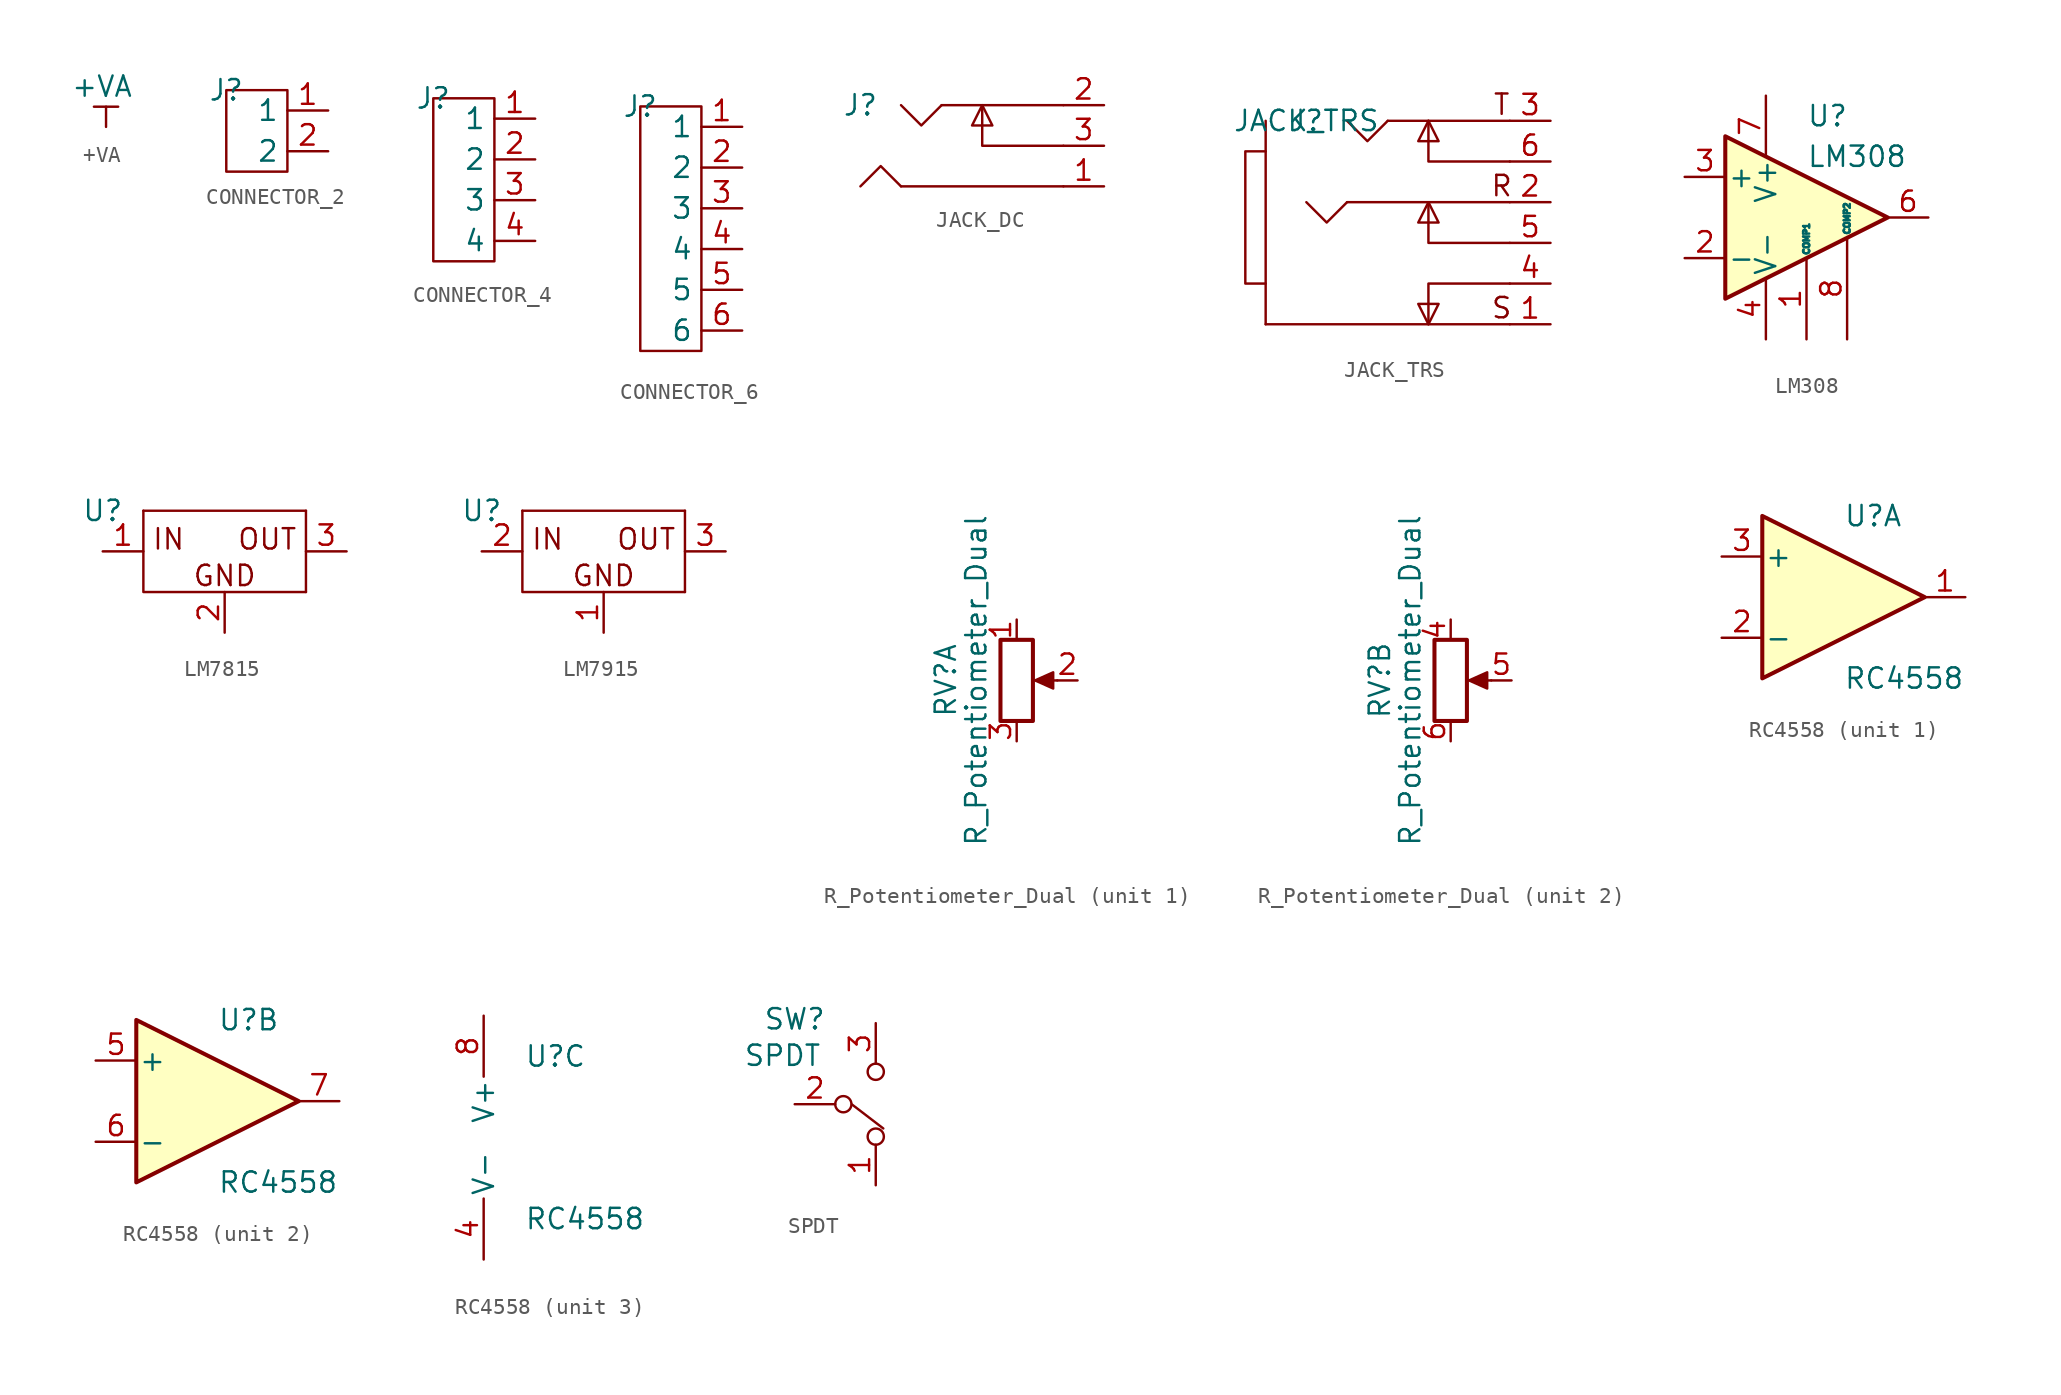
<source format=kicad_sym>
(kicad_symbol_lib
  (version 20241209)
  (generator "kicad_symbol_editor")
  (generator_version "9.0")
  (symbol "+VA"
    (power)
    (pin_numbers
      (hide yes))
    (pin_names
      (offset 0)
      (hide yes))
    (property "Reference" "+VA"
      (at -0.254 2.54 0)
      (effects (font (size 1.27 1.27)) (hide yes)))
    (property "Value" "+VA"
      (at -0.254 2.54 0)
      (effects (font (size 1.27 1.27))))
    (symbol "+VA_0_1"
      (polyline (pts (xy 0 0) (xy 0 1.27)) (stroke (width 0) (type default)) (fill (type none)))
      (polyline (pts (xy 0.762 1.27) (xy -0.762 1.27) (xy 0 1.27) (xy 0.762 1.27)) (stroke (width 0) (type default)) (fill (type outline))))
    (symbol "+VA_1_1"
      (pin power_in line (at 0 0 90) (length 0) (hide yes) (name "~" (effects (font (size 1.27 1.27)))) (number "1" (effects (font (size 1.27 1.27)))))))
  (symbol "CONNECTOR_2"
    (property "Reference" "J"
      (at 0 0 0)
      (effects (font (size 1.27 1.27))))
    (property "Value" ""
      (at 0 0 0)
      (effects (font (size 1.27 1.27))))
    (symbol "CONNECTOR_2_0_1"
      (rectangle (start 0 0) (end 3.81 -5.08) (stroke (width 0) (type default)) (fill (type none))))
    (symbol "CONNECTOR_2_1_1"
      (pin passive line (at 6.35 -1.27 180) (length 2.54) (name "1" (effects (font (size 1.27 1.27)))) (number "1" (effects (font (size 1.27 1.27)))))
      (pin passive line (at 6.35 -3.81 180) (length 2.54) (name "2" (effects (font (size 1.27 1.27)))) (number "2" (effects (font (size 1.27 1.27)))))))
  (symbol "CONNECTOR_4"
    (property "Reference" "J"
      (at 0 0 0)
      (effects (font (size 1.27 1.27))))
    (property "Value" ""
      (at 0 0 0)
      (effects (font (size 1.27 1.27))))
    (symbol "CONNECTOR_4_0_1"
      (rectangle (start 0 0) (end 3.81 -10.16) (stroke (width 0) (type default)) (fill (type none))))
    (symbol "CONNECTOR_4_1_1"
      (pin passive line (at 6.35 -1.27 180) (length 2.54) (name "1" (effects (font (size 1.27 1.27)))) (number "1" (effects (font (size 1.27 1.27)))))
      (pin passive line (at 6.35 -3.81 180) (length 2.54) (name "2" (effects (font (size 1.27 1.27)))) (number "2" (effects (font (size 1.27 1.27)))))
      (pin passive line (at 6.35 -6.35 180) (length 2.54) (name "3" (effects (font (size 1.27 1.27)))) (number "3" (effects (font (size 1.27 1.27)))))
      (pin passive line (at 6.35 -8.89 180) (length 2.54) (name "4" (effects (font (size 1.27 1.27)))) (number "4" (effects (font (size 1.27 1.27)))))))
  (symbol "CONNECTOR_6"
    (property "Reference" "J"
      (at 0 0 0)
      (effects (font (size 1.27 1.27))))
    (property "Value" ""
      (at 0 0 0)
      (effects (font (size 1.27 1.27))))
    (symbol "CONNECTOR_6_0_1"
      (rectangle (start 0 0) (end 3.81 -15.24) (stroke (width 0) (type default)) (fill (type none))))
    (symbol "CONNECTOR_6_1_1"
      (pin passive line (at 6.35 -1.27 180) (length 2.54) (name "1" (effects (font (size 1.27 1.27)))) (number "1" (effects (font (size 1.27 1.27)))))
      (pin passive line (at 6.35 -3.81 180) (length 2.54) (name "2" (effects (font (size 1.27 1.27)))) (number "2" (effects (font (size 1.27 1.27)))))
      (pin passive line (at 6.35 -6.35 180) (length 2.54) (name "3" (effects (font (size 1.27 1.27)))) (number "3" (effects (font (size 1.27 1.27)))))
      (pin passive line (at 6.35 -8.89 180) (length 2.54) (name "4" (effects (font (size 1.27 1.27)))) (number "4" (effects (font (size 1.27 1.27)))))
      (pin passive line (at 6.35 -11.43 180) (length 2.54) (name "5" (effects (font (size 1.27 1.27)))) (number "5" (effects (font (size 1.27 1.27)))))
      (pin passive line (at 6.35 -13.97 180) (length 2.54) (name "6" (effects (font (size 1.27 1.27)))) (number "6" (effects (font (size 1.27 1.27)))))))
  (symbol "JACK_DC"
    (pin_names
      (hide yes))
    (property "Reference" "J"
      (at 0 0 0)
      (effects (font (size 1.27 1.27))))
    (property "Value" ""
      (at 0 0 0)
      (effects (font (size 1.27 1.27))))
    (symbol "JACK_DC_0_1"
      (polyline (pts (xy 2.54 -5.08) (xy 1.27 -3.81) (xy 0 -5.08)) (stroke (width 0) (type default)) (fill (type none)))
      (polyline (pts (xy 5.08 0) (xy 3.81 -1.27) (xy 2.54 0)) (stroke (width 0) (type default)) (fill (type none)))
      (polyline (pts (xy 7.62 0) (xy 7.62 -2.54) (xy 12.7 -2.54)) (stroke (width 0) (type default)) (fill (type none)))
      (polyline (pts (xy 7.62 0) (xy 6.985 -1.27) (xy 8.255 -1.27) (xy 7.62 0)) (stroke (width 0) (type default)) (fill (type none)))
      (polyline (pts (xy 12.7 0) (xy 5.08 0)) (stroke (width 0) (type default)) (fill (type none)))
      (polyline (pts (xy 12.7 -5.08) (xy 2.54 -5.08)) (stroke (width 0) (type default)) (fill (type none))))
    (symbol "JACK_DC_1_1"
      (pin passive line (at 15.24 0 180) (length 2.54) (name "2" (effects (font (size 1.27 1.27)))) (number "2" (effects (font (size 1.27 1.27)))))
      (pin passive line (at 15.24 -2.54 180) (length 2.54) (name "3" (effects (font (size 1.27 1.27)))) (number "3" (effects (font (size 1.27 1.27)))))
      (pin passive line (at 15.24 -5.08 180) (length 2.54) (name "1" (effects (font (size 1.27 1.27)))) (number "1" (effects (font (size 1.27 1.27)))))))
  (symbol "JACK_TRS"
    (pin_names
      (hide yes))
    (property "Reference" "J"
      (at -15.24 0 0)
      (effects (font (size 1.27 1.27))))
    (property "Value" "JACK_TRS"
      (at -15.24 0 0)
      (effects (font (size 1.27 1.27))))
    (symbol "JACK_TRS_0_1"
      (polyline (pts (xy -17.78 -1.905) (xy -19.05 -1.905) (xy -19.05 -10.16) (xy -17.78 -10.16)) (stroke (width 0) (type default)) (fill (type none)))
      (polyline (pts (xy -17.78 -12.7) (xy -17.78 0)) (stroke (width 0) (type default)) (fill (type none)))
      (polyline (pts (xy -12.7 -5.08) (xy -13.97 -6.35) (xy -15.24 -5.08)) (stroke (width 0) (type default)) (fill (type none)))
      (polyline (pts (xy -10.16 0) (xy -11.43 -1.27) (xy -12.7 0)) (stroke (width 0) (type default)) (fill (type none)))
      (polyline (pts (xy -7.62 0) (xy -7.62 -2.54) (xy -2.54 -2.54)) (stroke (width 0) (type default)) (fill (type none)))
      (polyline (pts (xy -7.62 0) (xy -8.255 -1.27) (xy -6.985 -1.27) (xy -7.62 0)) (stroke (width 0) (type default)) (fill (type none)))
      (polyline (pts (xy -7.62 -5.08) (xy -7.62 -7.62) (xy -2.54 -7.62)) (stroke (width 0) (type default)) (fill (type none)))
      (polyline (pts (xy -7.62 -5.08) (xy -8.255 -6.35) (xy -6.985 -6.35) (xy -7.62 -5.08)) (stroke (width 0) (type default)) (fill (type none)))
      (polyline (pts (xy -7.62 -12.7) (xy -7.62 -10.16) (xy -2.54 -10.16)) (stroke (width 0) (type default)) (fill (type none)))
      (polyline (pts (xy -7.62 -12.7) (xy -8.255 -11.43) (xy -6.985 -11.43) (xy -7.62 -12.7)) (stroke (width 0) (type default)) (fill (type none)))
      (polyline (pts (xy -2.54 0) (xy -10.16 0)) (stroke (width 0) (type default)) (fill (type none)))
      (polyline (pts (xy -2.54 -5.08) (xy -12.7 -5.08)) (stroke (width 0) (type default)) (fill (type none)))
      (polyline (pts (xy -2.54 -12.7) (xy -17.78 -12.7)) (stroke (width 0) (type default)) (fill (type none))))
    (symbol "JACK_TRS_1_1"
      (text "T" (at -3.048 1.016 0) (effects (font (size 1.27 1.27))))
      (text "R" (at -3.048 -4.064 0) (effects (font (size 1.27 1.27))))
      (text "S" (at -3.048 -11.684 0) (effects (font (size 1.27 1.27))))
      (pin passive line (at 0 0 180) (length 2.54) (name "3" (effects (font (size 1.27 1.27)))) (number "3" (effects (font (size 1.27 1.27)))))
      (pin passive line (at 0 -2.54 180) (length 2.54) (name "6" (effects (font (size 1.27 1.27)))) (number "6" (effects (font (size 1.27 1.27)))))
      (pin passive line (at 0 -5.08 180) (length 2.54) (name "2" (effects (font (size 1.27 1.27)))) (number "2" (effects (font (size 1.27 1.27)))))
      (pin passive line (at 0 -7.62 180) (length 2.54) (name "5" (effects (font (size 1.27 1.27)))) (number "5" (effects (font (size 1.27 1.27)))))
      (pin passive line (at 0 -10.16 180) (length 2.54) (name "4" (effects (font (size 1.27 1.27)))) (number "4" (effects (font (size 1.27 1.27)))))
      (pin passive line (at 0 -12.7 180) (length 2.54) (name "1" (effects (font (size 1.27 1.27)))) (number "1" (effects (font (size 1.27 1.27)))))))
  (symbol "LM308"
    (pin_names
      (offset 0.127))
    (property "Reference" "U"
      (at 0 6.35 0)
      (effects (font (size 1.27 1.27)) (justify left)))
    (property "Value" "LM308"
      (at 0 3.81 0)
      (effects (font (size 1.27 1.27)) (justify left)))
    (symbol "LM308_0_1"
      (polyline (pts (xy -5.08 5.08) (xy 5.08 0) (xy -5.08 -5.08) (xy -5.08 5.08)) (stroke (width 0.254) (type default)) (fill (type background))))
    (symbol "LM308_1_1"
      (pin input line (at -7.62 2.54 0) (length 2.54) (name "+" (effects (font (size 1.27 1.27)))) (number "3" (effects (font (size 1.27 1.27)))))
      (pin input line (at -7.62 -2.54 0) (length 2.54) (name "-" (effects (font (size 1.27 1.27)))) (number "2" (effects (font (size 1.27 1.27)))))
      (pin power_in line (at -2.54 7.62 270) (length 3.81) (name "V+" (effects (font (size 1.27 1.27)))) (number "7" (effects (font (size 1.27 1.27)))))
      (pin power_in line (at -2.54 -7.62 90) (length 3.81) (name "V-" (effects (font (size 1.27 1.27)))) (number "4" (effects (font (size 1.27 1.27)))))
      (pin no_connect line (at 0 2.54 270) (length 2.54) (hide yes) (name "NC" (effects (font (size 1.27 1.27)))) (number "5" (effects (font (size 1.27 1.27)))))
      (pin input line (at 0 -7.62 90) (length 5.08) (name "COMP1" (effects (font (size 0.381 0.381)))) (number "1" (effects (font (size 1.27 1.27)))))
      (pin input line (at 2.54 -7.62 90) (length 6.35) (name "COMP2" (effects (font (size 0.381 0.381)))) (number "8" (effects (font (size 1.27 1.27)))))
      (pin output line (at 7.62 0 180) (length 2.54) (name "~" (effects (font (size 1.27 1.27)))) (number "6" (effects (font (size 1.27 1.27)))))))
  (symbol "LM7815"
    (pin_names
      (hide yes))
    (property "Reference" "U"
      (at 0 0 0)
      (effects (font (size 1.27 1.27))))
    (property "Value" ""
      (at 0 0 0)
      (effects (font (size 1.27 1.27))))
    (symbol "LM7815_0_1"
      (polyline (pts (xy 2.54 0) (xy 2.54 -5.08) (xy 12.7 -5.08)) (stroke (width 0) (type default)) (fill (type none)))
      (polyline (pts (xy 12.7 0) (xy 2.54 0)) (stroke (width 0) (type default)) (fill (type none)))
      (polyline (pts (xy 12.7 -5.08) (xy 12.7 0)) (stroke (width 0) (type default)) (fill (type none))))
    (symbol "LM7815_1_1"
      (text "IN" (at 3.048 -1.778 0) (effects (font (size 1.27 1.27)) (justify left)))
      (text "GND" (at 7.62 -4.064 0) (effects (font (size 1.27 1.27))))
      (text "OUT" (at 12.192 -1.778 0) (effects (font (size 1.27 1.27)) (justify right)))
      (pin passive line (at 0 -2.54 0) (length 2.54) (name "IN" (effects (font (size 1.27 1.27)))) (number "1" (effects (font (size 1.27 1.27)))))
      (pin passive line (at 7.62 -7.62 90) (length 2.54) (name "GND" (effects (font (size 1.27 1.27)))) (number "2" (effects (font (size 1.27 1.27)))))
      (pin power_out line (at 15.24 -2.54 180) (length 2.54) (name "OUT" (effects (font (size 1.27 1.27)))) (number "3" (effects (font (size 1.27 1.27)))))))
  (symbol "LM7915"
    (pin_names
      (hide yes))
    (property "Reference" "U"
      (at 0 0 0)
      (effects (font (size 1.27 1.27))))
    (property "Value" ""
      (at 0 0 0)
      (effects (font (size 1.27 1.27))))
    (symbol "LM7915_0_1"
      (polyline (pts (xy 2.54 0) (xy 2.54 -5.08) (xy 12.7 -5.08)) (stroke (width 0) (type default)) (fill (type none)))
      (polyline (pts (xy 12.7 0) (xy 2.54 0)) (stroke (width 0) (type default)) (fill (type none)))
      (polyline (pts (xy 12.7 -5.08) (xy 12.7 0)) (stroke (width 0) (type default)) (fill (type none))))
    (symbol "LM7915_1_1"
      (text "IN" (at 3.048 -1.778 0) (effects (font (size 1.27 1.27)) (justify left)))
      (text "GND" (at 7.62 -4.064 0) (effects (font (size 1.27 1.27))))
      (text "OUT" (at 12.192 -1.778 0) (effects (font (size 1.27 1.27)) (justify right)))
      (pin passive line (at 0 -2.54 0) (length 2.54) (name "GND" (effects (font (size 1.27 1.27)))) (number "2" (effects (font (size 1.27 1.27)))))
      (pin passive line (at 7.62 -7.62 90) (length 2.54) (name "IN" (effects (font (size 1.27 1.27)))) (number "1" (effects (font (size 1.27 1.27)))))
      (pin power_out line (at 15.24 -2.54 180) (length 2.54) (name "OUT" (effects (font (size 1.27 1.27)))) (number "3" (effects (font (size 1.27 1.27)))))))
  (symbol "R_Potentiometer_Dual"
    (pin_names
      (offset 1.016)
      (hide yes))
    (property "Reference" "RV"
      (at -4.445 0 90)
      (effects (font (size 1.27 1.27))))
    (property "Value" "R_Potentiometer_Dual"
      (at -2.54 0 90)
      (effects (font (size 1.27 1.27))))
    (symbol "R_Potentiometer_Dual_0_1"
      (rectangle (start 1.016 2.54) (end -1.016 -2.54) (stroke (width 0.254) (type default)) (fill (type none)))
      (polyline (pts (xy 1.143 0) (xy 2.286 0.508) (xy 2.286 -0.508) (xy 1.143 0)) (stroke (width 0) (type default)) (fill (type outline)))
      (polyline (pts (xy 2.54 0) (xy 1.524 0)) (stroke (width 0) (type default)) (fill (type none))))
    (symbol "R_Potentiometer_Dual_1_1"
      (pin passive line (at 0 3.81 270) (length 1.27) (name "1" (effects (font (size 1.27 1.27)))) (number "1" (effects (font (size 1.27 1.27)))))
      (pin passive line (at 0 -3.81 90) (length 1.27) (name "3" (effects (font (size 1.27 1.27)))) (number "3" (effects (font (size 1.27 1.27)))))
      (pin passive line (at 3.81 0 180) (length 1.27) (name "2" (effects (font (size 1.27 1.27)))) (number "2" (effects (font (size 1.27 1.27))))))
    (symbol "R_Potentiometer_Dual_2_1"
      (pin passive line (at 0 3.81 270) (length 1.27) (name "4" (effects (font (size 1.27 1.27)))) (number "4" (effects (font (size 1.27 1.27)))))
      (pin passive line (at 0 -3.81 90) (length 1.27) (name "6" (effects (font (size 1.27 1.27)))) (number "6" (effects (font (size 1.27 1.27)))))
      (pin passive line (at 3.81 0 180) (length 1.27) (name "5" (effects (font (size 1.27 1.27)))) (number "5" (effects (font (size 1.27 1.27)))))))
  (symbol "RC4558"
    (pin_names
      (offset 0.127))
    (property "Reference" "U"
      (at 0 5.08 0)
      (effects (font (size 1.27 1.27)) (justify left)))
    (property "Value" "RC4558"
      (at 0 -5.08 0)
      (effects (font (size 1.27 1.27)) (justify left)))
    (property "ki_locked" ""
      (at 0 0 0)
      (effects (font (size 1.27 1.27))))
    (symbol "RC4558_1_1"
      (polyline (pts (xy -5.08 5.08) (xy 5.08 0) (xy -5.08 -5.08) (xy -5.08 5.08)) (stroke (width 0.254) (type default)) (fill (type background)))
      (pin input line (at -7.62 2.54 0) (length 2.54) (name "+" (effects (font (size 1.27 1.27)))) (number "3" (effects (font (size 1.27 1.27)))))
      (pin input line (at -7.62 -2.54 0) (length 2.54) (name "-" (effects (font (size 1.27 1.27)))) (number "2" (effects (font (size 1.27 1.27)))))
      (pin output line (at 7.62 0 180) (length 2.54) (name "~" (effects (font (size 1.27 1.27)))) (number "1" (effects (font (size 1.27 1.27))))))
    (symbol "RC4558_2_1"
      (polyline (pts (xy -5.08 5.08) (xy 5.08 0) (xy -5.08 -5.08) (xy -5.08 5.08)) (stroke (width 0.254) (type default)) (fill (type background)))
      (pin input line (at -7.62 2.54 0) (length 2.54) (name "+" (effects (font (size 1.27 1.27)))) (number "5" (effects (font (size 1.27 1.27)))))
      (pin input line (at -7.62 -2.54 0) (length 2.54) (name "-" (effects (font (size 1.27 1.27)))) (number "6" (effects (font (size 1.27 1.27)))))
      (pin output line (at 7.62 0 180) (length 2.54) (name "~" (effects (font (size 1.27 1.27)))) (number "7" (effects (font (size 1.27 1.27))))))
    (symbol "RC4558_3_1"
      (pin power_in line (at -2.54 7.62 270) (length 3.81) (name "V+" (effects (font (size 1.27 1.27)))) (number "8" (effects (font (size 1.27 1.27)))))
      (pin power_in line (at -2.54 -7.62 90) (length 3.81) (name "V-" (effects (font (size 1.27 1.27)))) (number "4" (effects (font (size 1.27 1.27)))))))
  (symbol "SPDT"
    (pin_names
      (offset 0)
      (hide yes))
    (property "Reference" "SW"
      (at -5.08 5.334 0)
      (effects (font (size 1.27 1.27))))
    (property "Value" "SPDT"
      (at -5.842 3.048 0)
      (effects (font (size 1.27 1.27))))
    (symbol "SPDT_0_0"
      (circle (center -2.032 0) (radius 0.508) (stroke (width 0) (type default)) (fill (type none)))
      (polyline (pts (xy -1.495 -0.013) (xy 0.472 -1.52)) (stroke (width 0) (type default)) (fill (type none)))
      (circle (center 0 2.032) (radius 0.508) (stroke (width 0) (type default)) (fill (type none)))
      (circle (center 0 -2.032) (radius 0.508) (stroke (width 0) (type default)) (fill (type none))))
    (symbol "SPDT_1_1"
      (pin passive line (at -5.08 0 0) (length 2.54) (name "2" (effects (font (size 1.27 1.27)))) (number "2" (effects (font (size 1.27 1.27)))))
      (pin passive line (at 0 5.08 270) (length 2.54) (name "3" (effects (font (size 1.27 1.27)))) (number "3" (effects (font (size 1.27 1.27)))))
      (pin passive line (at 0 -5.08 90) (length 2.54) (name "1" (effects (font (size 1.27 1.27)))) (number "1" (effects (font (size 1.27 1.27))))))))
</source>
